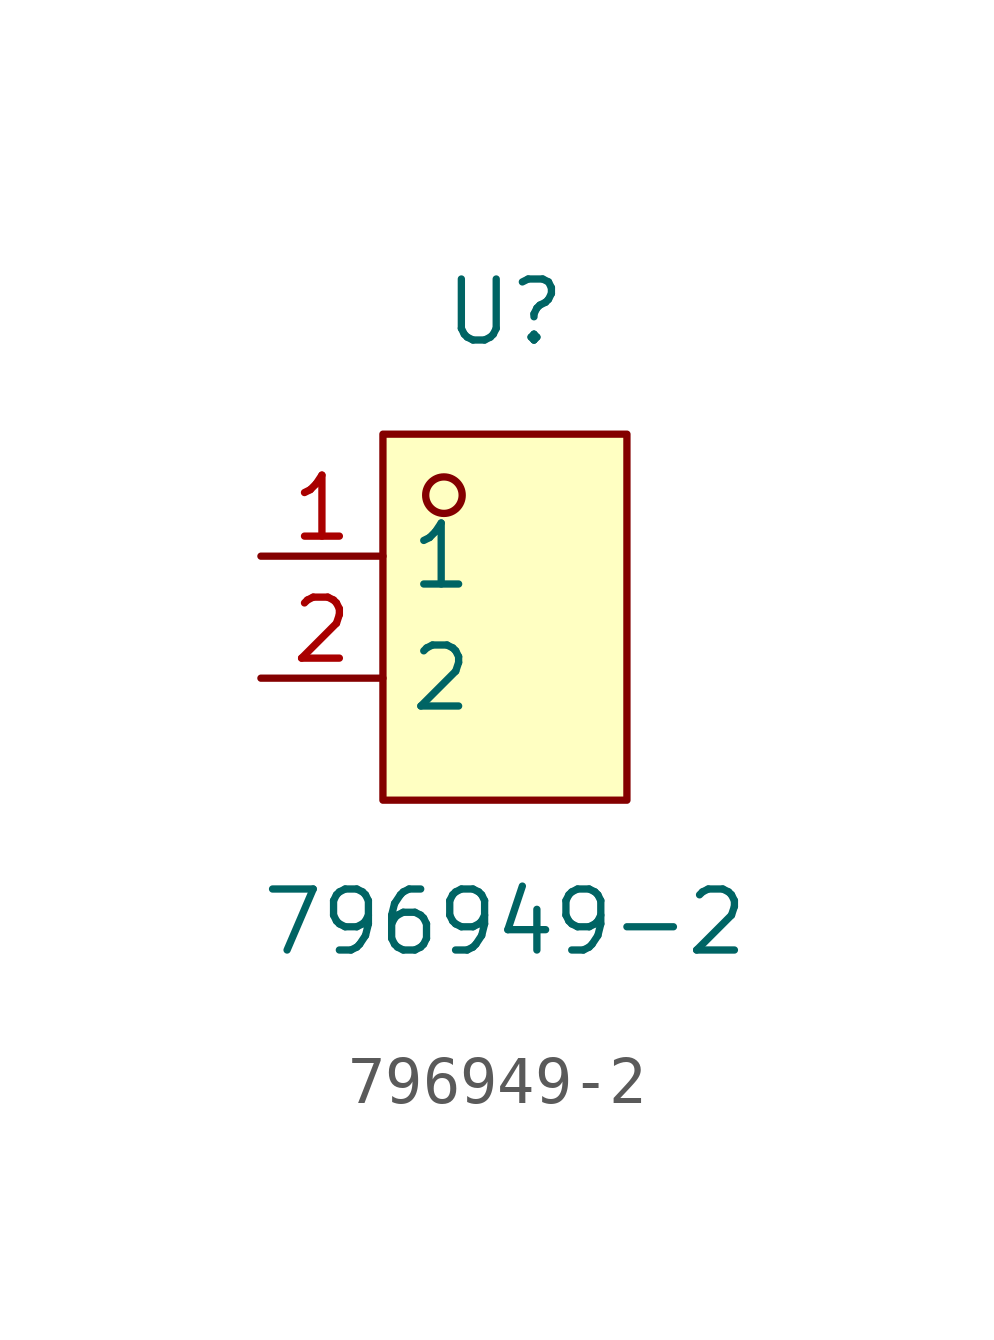
<source format=kicad_sym>
(kicad_symbol_lib
  (version 20211014)
  (generator https://github.com/uPesy/easyeda2kicad.py)
  (symbol "796949-2"
    (property "Reference" "U"
      (at 0 6.35 0)
      (effects (font (size 1.27 1.27))))
    (property "Value" "796949-2"
      (at 0 -6.35 0)
      (effects (font (size 1.27 1.27))))
    (symbol "796949-2_0_1"
      (rectangle (start -2.54 3.81) (end 2.54 -3.81) (stroke (width 0) (type default) (color 0 0 0 0)) (fill (type background)))
      (circle (center -1.27 2.54) (radius 0.38) (stroke (width 0) (type default) (color 0 0 0 0)) (fill (type none)))
      (pin unspecified line (at -5.08 1.27 0) (length 2.54) (name "1" (effects (font (size 1.27 1.27)))) (number "1" (effects (font (size 1.27 1.27)))))
      (pin unspecified line (at -5.08 -1.27 0) (length 2.54) (name "2" (effects (font (size 1.27 1.27)))) (number "2" (effects (font (size 1.27 1.27))))))))
</source>
